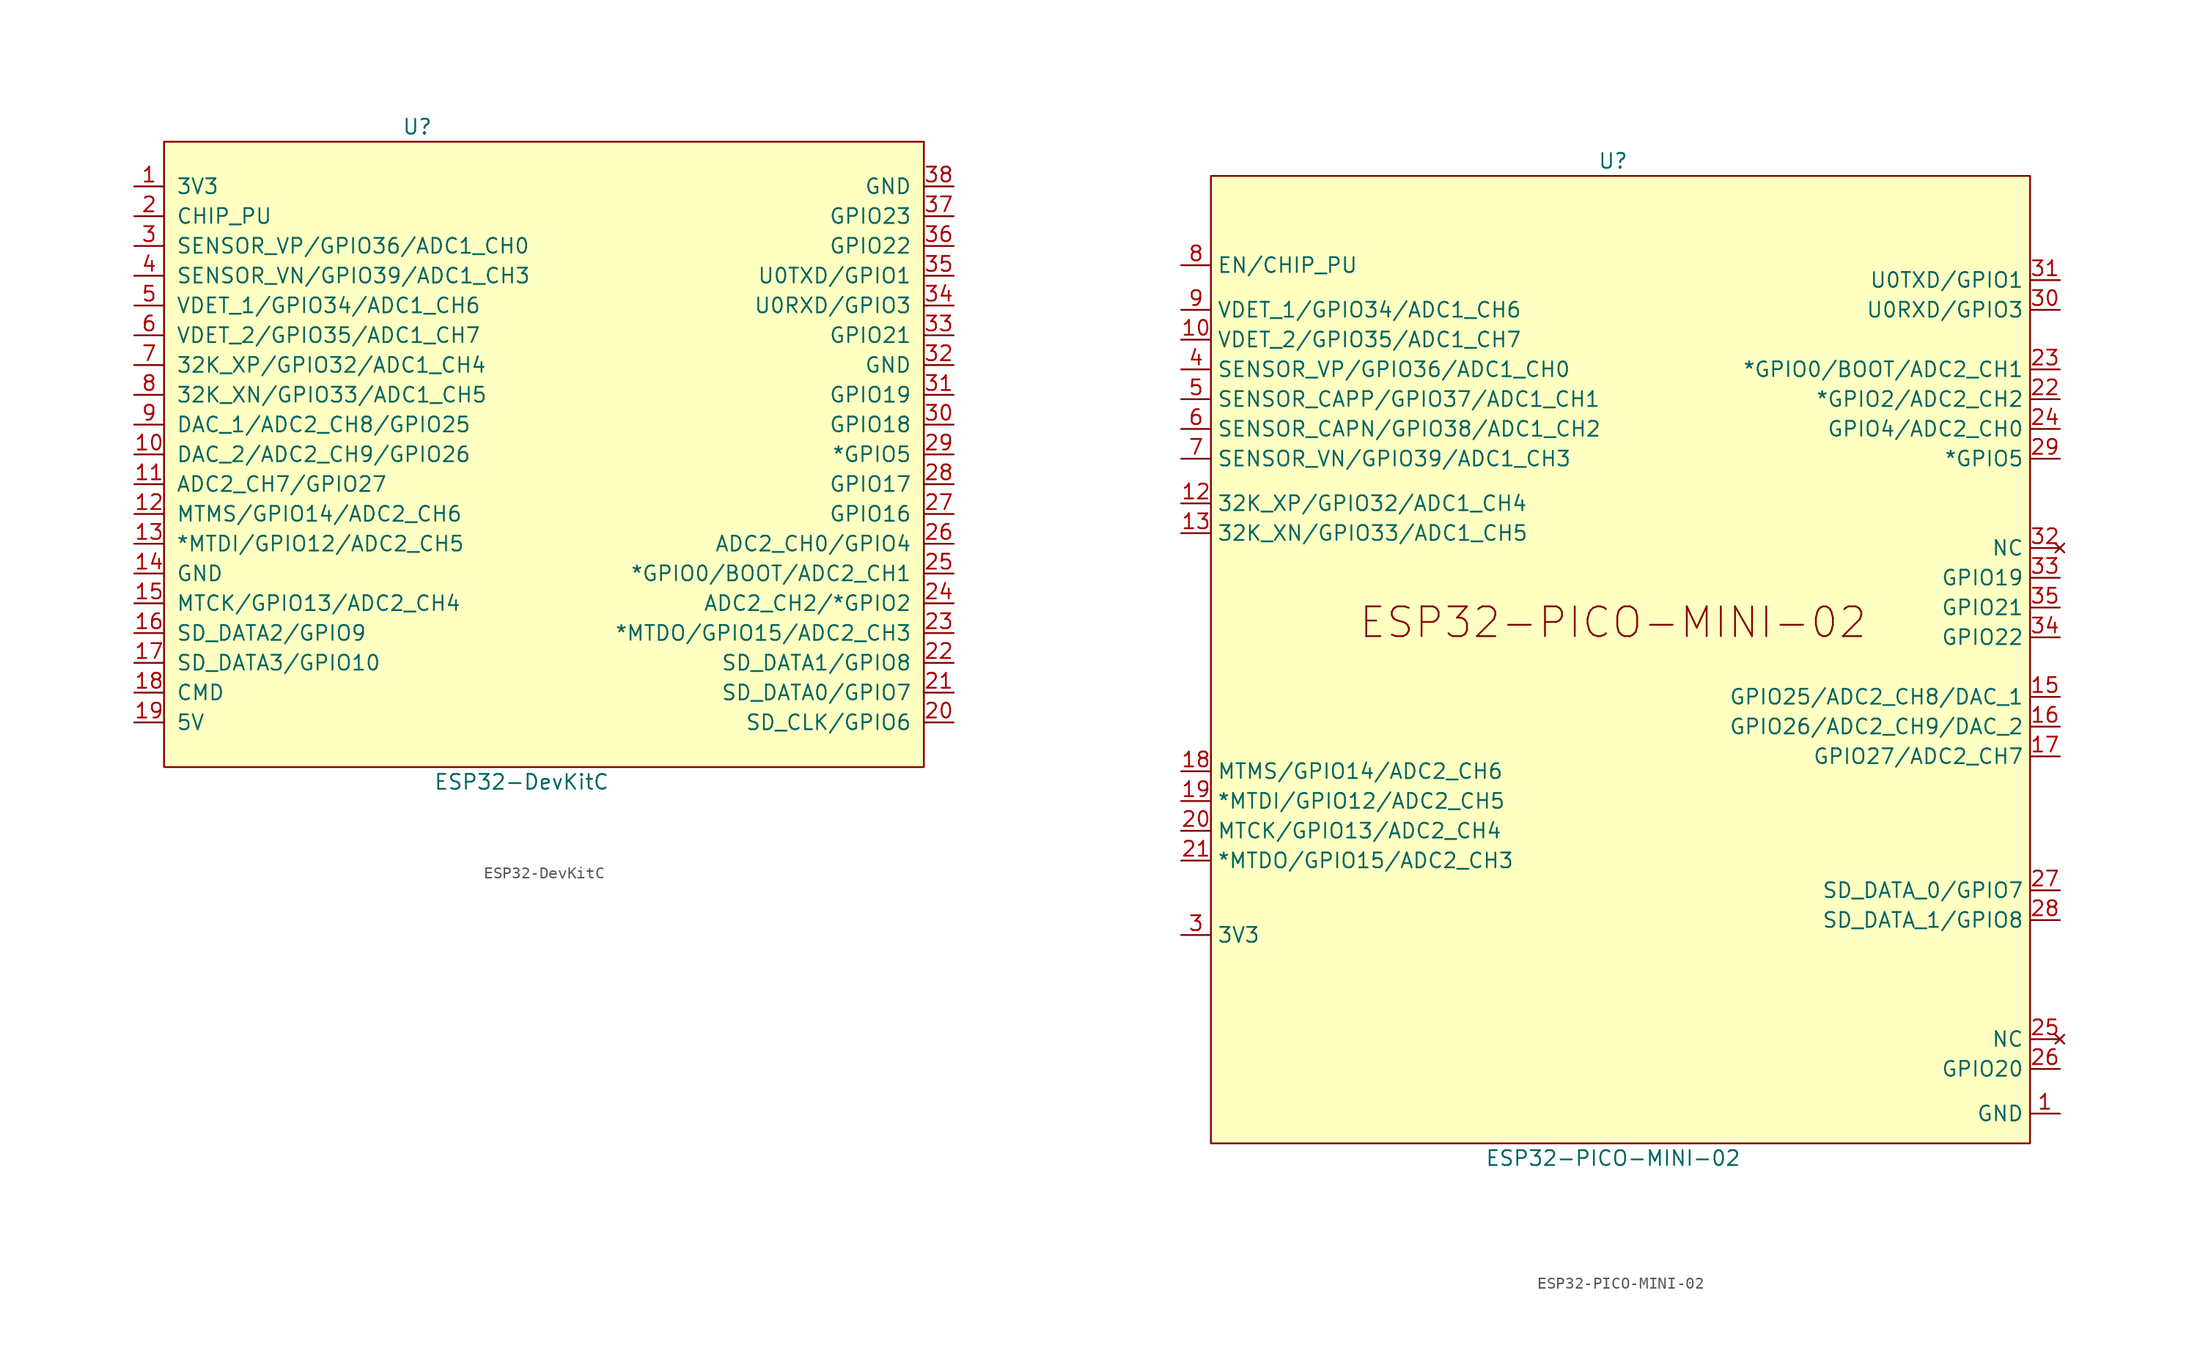
<source format=kicad_sym>
(kicad_symbol_lib
  (version 20211014)
  (generator kicad_symbol_editor)
  (symbol "ESP32-DevKitC"
    (pin_names
      (offset 1.016))
    (property "Reference" "U"
      (at -8.89 26.67 0)
      (effects (font (size 1.27 1.27))))
    (property "Value" "ESP32-DevKitC"
      (at 0 -29.21 0)
      (effects (font (size 1.27 1.27))))
    (symbol "ESP32-DevKitC_0_0"
      (pin power_in line (at -33.02 -11.43 0) (length 2.54) (name "GND" (effects (font (size 1.27 1.27)))) (number "14" (effects (font (size 1.27 1.27)))))
      (pin power_in line (at -33.02 -24.13 0) (length 2.54) (name "5V" (effects (font (size 1.27 1.27)))) (number "19" (effects (font (size 1.27 1.27))))))
    (symbol "ESP32-DevKitC_0_1"
      (rectangle (start -30.48 25.4) (end 34.29 -27.94) (stroke (width 0) (type default) (color 0 0 0 0)) (fill (type background))))
    (symbol "ESP32-DevKitC_1_1"
      (pin power_in line (at -33.02 21.59 0) (length 2.54) (name "3V3" (effects (font (size 1.27 1.27)))) (number "1" (effects (font (size 1.27 1.27)))))
      (pin bidirectional line (at -33.02 -1.27 0) (length 2.54) (name "DAC_2/ADC2_CH9/GPIO26" (effects (font (size 1.27 1.27)))) (number "10" (effects (font (size 1.27 1.27)))))
      (pin bidirectional line (at -33.02 -3.81 0) (length 2.54) (name "ADC2_CH7/GPIO27" (effects (font (size 1.27 1.27)))) (number "11" (effects (font (size 1.27 1.27)))))
      (pin bidirectional line (at -33.02 -6.35 0) (length 2.54) (name "MTMS/GPIO14/ADC2_CH6" (effects (font (size 1.27 1.27)))) (number "12" (effects (font (size 1.27 1.27)))))
      (pin bidirectional line (at -33.02 -8.89 0) (length 2.54) (name "*MTDI/GPIO12/ADC2_CH5" (effects (font (size 1.27 1.27)))) (number "13" (effects (font (size 1.27 1.27)))))
      (pin bidirectional line (at -33.02 -13.97 0) (length 2.54) (name "MTCK/GPIO13/ADC2_CH4" (effects (font (size 1.27 1.27)))) (number "15" (effects (font (size 1.27 1.27)))))
      (pin bidirectional line (at -33.02 -16.51 0) (length 2.54) (name "SD_DATA2/GPIO9" (effects (font (size 1.27 1.27)))) (number "16" (effects (font (size 1.27 1.27)))))
      (pin bidirectional line (at -33.02 -19.05 0) (length 2.54) (name "SD_DATA3/GPIO10" (effects (font (size 1.27 1.27)))) (number "17" (effects (font (size 1.27 1.27)))))
      (pin bidirectional line (at -33.02 -21.59 0) (length 2.54) (name "CMD" (effects (font (size 1.27 1.27)))) (number "18" (effects (font (size 1.27 1.27)))))
      (pin input line (at -33.02 19.05 0) (length 2.54) (name "CHIP_PU" (effects (font (size 1.27 1.27)))) (number "2" (effects (font (size 1.27 1.27)))))
      (pin bidirectional line (at 36.83 -24.13 180) (length 2.54) (name "SD_CLK/GPIO6" (effects (font (size 1.27 1.27)))) (number "20" (effects (font (size 1.27 1.27)))))
      (pin bidirectional line (at 36.83 -21.59 180) (length 2.54) (name "SD_DATA0/GPIO7" (effects (font (size 1.27 1.27)))) (number "21" (effects (font (size 1.27 1.27)))))
      (pin bidirectional line (at 36.83 -19.05 180) (length 2.54) (name "SD_DATA1/GPIO8" (effects (font (size 1.27 1.27)))) (number "22" (effects (font (size 1.27 1.27)))))
      (pin bidirectional line (at 36.83 -16.51 180) (length 2.54) (name "*MTDO/GPIO15/ADC2_CH3" (effects (font (size 1.27 1.27)))) (number "23" (effects (font (size 1.27 1.27)))))
      (pin bidirectional line (at 36.83 -13.97 180) (length 2.54) (name "ADC2_CH2/*GPIO2" (effects (font (size 1.27 1.27)))) (number "24" (effects (font (size 1.27 1.27)))))
      (pin bidirectional line (at 36.83 -11.43 180) (length 2.54) (name "*GPIO0/BOOT/ADC2_CH1" (effects (font (size 1.27 1.27)))) (number "25" (effects (font (size 1.27 1.27)))))
      (pin bidirectional line (at 36.83 -8.89 180) (length 2.54) (name "ADC2_CH0/GPIO4" (effects (font (size 1.27 1.27)))) (number "26" (effects (font (size 1.27 1.27)))))
      (pin bidirectional line (at 36.83 -6.35 180) (length 2.54) (name "GPIO16" (effects (font (size 1.27 1.27)))) (number "27" (effects (font (size 1.27 1.27)))))
      (pin bidirectional line (at 36.83 -3.81 180) (length 2.54) (name "GPIO17" (effects (font (size 1.27 1.27)))) (number "28" (effects (font (size 1.27 1.27)))))
      (pin bidirectional line (at 36.83 -1.27 180) (length 2.54) (name "*GPIO5" (effects (font (size 1.27 1.27)))) (number "29" (effects (font (size 1.27 1.27)))))
      (pin input line (at -33.02 16.51 0) (length 2.54) (name "SENSOR_VP/GPIO36/ADC1_CH0" (effects (font (size 1.27 1.27)))) (number "3" (effects (font (size 1.27 1.27)))))
      (pin bidirectional line (at 36.83 1.27 180) (length 2.54) (name "GPIO18" (effects (font (size 1.27 1.27)))) (number "30" (effects (font (size 1.27 1.27)))))
      (pin bidirectional line (at 36.83 3.81 180) (length 2.54) (name "GPIO19" (effects (font (size 1.27 1.27)))) (number "31" (effects (font (size 1.27 1.27)))))
      (pin power_in line (at 36.83 6.35 180) (length 2.54) (name "GND" (effects (font (size 1.27 1.27)))) (number "32" (effects (font (size 1.27 1.27)))))
      (pin bidirectional line (at 36.83 8.89 180) (length 2.54) (name "GPIO21" (effects (font (size 1.27 1.27)))) (number "33" (effects (font (size 1.27 1.27)))))
      (pin bidirectional line (at 36.83 11.43 180) (length 2.54) (name "U0RXD/GPIO3" (effects (font (size 1.27 1.27)))) (number "34" (effects (font (size 1.27 1.27)))))
      (pin bidirectional line (at 36.83 13.97 180) (length 2.54) (name "U0TXD/GPIO1" (effects (font (size 1.27 1.27)))) (number "35" (effects (font (size 1.27 1.27)))))
      (pin bidirectional line (at 36.83 16.51 180) (length 2.54) (name "GPIO22" (effects (font (size 1.27 1.27)))) (number "36" (effects (font (size 1.27 1.27)))))
      (pin bidirectional line (at 36.83 19.05 180) (length 2.54) (name "GPIO23" (effects (font (size 1.27 1.27)))) (number "37" (effects (font (size 1.27 1.27)))))
      (pin power_in line (at 36.83 21.59 180) (length 2.54) (name "GND" (effects (font (size 1.27 1.27)))) (number "38" (effects (font (size 1.27 1.27)))))
      (pin input line (at -33.02 13.97 0) (length 2.54) (name "SENSOR_VN/GPIO39/ADC1_CH3" (effects (font (size 1.27 1.27)))) (number "4" (effects (font (size 1.27 1.27)))))
      (pin input line (at -33.02 11.43 0) (length 2.54) (name "VDET_1/GPIO34/ADC1_CH6" (effects (font (size 1.27 1.27)))) (number "5" (effects (font (size 1.27 1.27)))))
      (pin input line (at -33.02 8.89 0) (length 2.54) (name "VDET_2/GPIO35/ADC1_CH7" (effects (font (size 1.27 1.27)))) (number "6" (effects (font (size 1.27 1.27)))))
      (pin bidirectional line (at -33.02 6.35 0) (length 2.54) (name "32K_XP/GPIO32/ADC1_CH4" (effects (font (size 1.27 1.27)))) (number "7" (effects (font (size 1.27 1.27)))))
      (pin bidirectional line (at -33.02 3.81 0) (length 2.54) (name "32K_XN/GPIO33/ADC1_CH5" (effects (font (size 1.27 1.27)))) (number "8" (effects (font (size 1.27 1.27)))))
      (pin bidirectional line (at -33.02 1.27 0) (length 2.54) (name "DAC_1/ADC2_CH8/GPIO25" (effects (font (size 1.27 1.27)))) (number "9" (effects (font (size 1.27 1.27)))))))
  (symbol "ESP32-PICO-MINI-02"
    (property "Reference" "U"
      (at 0 43.18 0)
      (effects (font (size 1.27 1.27))))
    (property "Value" "ESP32-PICO-MINI-02"
      (at 0 -41.91 0)
      (effects (font (size 1.27 1.27))))
    (symbol "ESP32-PICO-MINI-02_0_0"
      (text "ESP32-PICO-MINI-02" (at 0 3.81 0) (effects (font (size 2.54 2.54)))))
    (symbol "ESP32-PICO-MINI-02_0_1"
      (rectangle (start -34.29 41.91) (end 35.56 -40.64) (stroke (width 0) (type default) (color 0 0 0 0)) (fill (type background))))
    (symbol "ESP32-PICO-MINI-02_1_1"
      (pin power_in line (at 38.1 -38.1 180) (length 2.54) (name "GND" (effects (font (size 1.27 1.27)))) (number "1" (effects (font (size 1.27 1.27)))))
      (pin input line (at -36.83 27.94 0) (length 2.54) (name "VDET_2/GPIO35/ADC1_CH7" (effects (font (size 1.27 1.27)))) (number "10" (effects (font (size 1.27 1.27)))))
      (pin power_in line (at 38.1 -38.1 180) (length 2.54) hide (name "GND" (effects (font (size 1.27 1.27)))) (number "11" (effects (font (size 1.27 1.27)))))
      (pin bidirectional line (at -36.83 13.97 0) (length 2.54) (name "32K_XP/GPIO32/ADC1_CH4" (effects (font (size 1.27 1.27)))) (number "12" (effects (font (size 1.27 1.27)))))
      (pin bidirectional line (at -36.83 11.43 0) (length 2.54) (name "32K_XN/GPIO33/ADC1_CH5" (effects (font (size 1.27 1.27)))) (number "13" (effects (font (size 1.27 1.27)))))
      (pin power_in line (at 38.1 -38.1 180) (length 2.54) hide (name "GND" (effects (font (size 1.27 1.27)))) (number "14" (effects (font (size 1.27 1.27)))))
      (pin bidirectional line (at 38.1 -2.54 180) (length 2.54) (name "GPIO25/ADC2_CH8/DAC_1" (effects (font (size 1.27 1.27)))) (number "15" (effects (font (size 1.27 1.27)))))
      (pin bidirectional line (at 38.1 -5.08 180) (length 2.54) (name "GPIO26/ADC2_CH9/DAC_2" (effects (font (size 1.27 1.27)))) (number "16" (effects (font (size 1.27 1.27)))))
      (pin bidirectional line (at 38.1 -7.62 180) (length 2.54) (name "GPIO27/ADC2_CH7" (effects (font (size 1.27 1.27)))) (number "17" (effects (font (size 1.27 1.27)))))
      (pin bidirectional line (at -36.83 -8.89 0) (length 2.54) (name "MTMS/GPIO14/ADC2_CH6" (effects (font (size 1.27 1.27)))) (number "18" (effects (font (size 1.27 1.27)))))
      (pin bidirectional line (at -36.83 -11.43 0) (length 2.54) (name "*MTDI/GPIO12/ADC2_CH5" (effects (font (size 1.27 1.27)))) (number "19" (effects (font (size 1.27 1.27)))))
      (pin power_in line (at 38.1 -38.1 180) (length 2.54) hide (name "GND" (effects (font (size 1.27 1.27)))) (number "2" (effects (font (size 1.27 1.27)))))
      (pin bidirectional line (at -36.83 -13.97 0) (length 2.54) (name "MTCK/GPIO13/ADC2_CH4" (effects (font (size 1.27 1.27)))) (number "20" (effects (font (size 1.27 1.27)))))
      (pin bidirectional line (at -36.83 -16.51 0) (length 2.54) (name "*MTDO/GPIO15/ADC2_CH3" (effects (font (size 1.27 1.27)))) (number "21" (effects (font (size 1.27 1.27)))))
      (pin bidirectional line (at 38.1 22.86 180) (length 2.54) (name "*GPIO2/ADC2_CH2" (effects (font (size 1.27 1.27)))) (number "22" (effects (font (size 1.27 1.27)))))
      (pin bidirectional line (at 38.1 25.4 180) (length 2.54) (name "*GPIO0/BOOT/ADC2_CH1" (effects (font (size 1.27 1.27)))) (number "23" (effects (font (size 1.27 1.27)))))
      (pin bidirectional line (at 38.1 20.32 180) (length 2.54) (name "GPIO4/ADC2_CH0" (effects (font (size 1.27 1.27)))) (number "24" (effects (font (size 1.27 1.27)))))
      (pin no_connect line (at 38.1 -31.75 180) (length 2.54) (name "NC" (effects (font (size 1.27 1.27)))) (number "25" (effects (font (size 1.27 1.27)))))
      (pin bidirectional line (at 38.1 -34.29 180) (length 2.54) (name "GPIO20" (effects (font (size 1.27 1.27)))) (number "26" (effects (font (size 1.27 1.27)))))
      (pin bidirectional line (at 38.1 -19.05 180) (length 2.54) (name "SD_DATA_0/GPIO7" (effects (font (size 1.27 1.27)))) (number "27" (effects (font (size 1.27 1.27)))))
      (pin bidirectional line (at 38.1 -21.59 180) (length 2.54) (name "SD_DATA_1/GPIO8" (effects (font (size 1.27 1.27)))) (number "28" (effects (font (size 1.27 1.27)))))
      (pin bidirectional line (at 38.1 17.78 180) (length 2.54) (name "*GPIO5" (effects (font (size 1.27 1.27)))) (number "29" (effects (font (size 1.27 1.27)))))
      (pin power_in line (at -36.83 -22.86 0) (length 2.54) (name "3V3" (effects (font (size 1.27 1.27)))) (number "3" (effects (font (size 1.27 1.27)))))
      (pin bidirectional line (at 38.1 30.48 180) (length 2.54) (name "U0RXD/GPIO3" (effects (font (size 1.27 1.27)))) (number "30" (effects (font (size 1.27 1.27)))))
      (pin bidirectional line (at 38.1 33.02 180) (length 2.54) (name "U0TXD/GPIO1" (effects (font (size 1.27 1.27)))) (number "31" (effects (font (size 1.27 1.27)))))
      (pin no_connect line (at 38.1 10.16 180) (length 2.54) (name "NC" (effects (font (size 1.27 1.27)))) (number "32" (effects (font (size 1.27 1.27)))))
      (pin bidirectional line (at 38.1 7.62 180) (length 2.54) (name "GPIO19" (effects (font (size 1.27 1.27)))) (number "33" (effects (font (size 1.27 1.27)))))
      (pin bidirectional line (at 38.1 2.54 180) (length 2.54) (name "GPIO22" (effects (font (size 1.27 1.27)))) (number "34" (effects (font (size 1.27 1.27)))))
      (pin bidirectional line (at 38.1 5.08 180) (length 2.54) (name "GPIO21" (effects (font (size 1.27 1.27)))) (number "35" (effects (font (size 1.27 1.27)))))
      (pin power_in line (at 38.1 -38.1 180) (length 2.54) hide (name "GND" (effects (font (size 1.27 1.27)))) (number "36" (effects (font (size 1.27 1.27)))))
      (pin input line (at -36.83 25.4 0) (length 2.54) (name "SENSOR_VP/GPIO36/ADC1_CH0" (effects (font (size 1.27 1.27)))) (number "4" (effects (font (size 1.27 1.27)))))
      (pin input line (at -36.83 22.86 0) (length 2.54) (name "SENSOR_CAPP/GPIO37/ADC1_CH1" (effects (font (size 1.27 1.27)))) (number "5" (effects (font (size 1.27 1.27)))))
      (pin input line (at -36.83 20.32 0) (length 2.54) (name "SENSOR_CAPN/GPIO38/ADC1_CH2" (effects (font (size 1.27 1.27)))) (number "6" (effects (font (size 1.27 1.27)))))
      (pin input line (at -36.83 17.78 0) (length 2.54) (name "SENSOR_VN/GPIO39/ADC1_CH3" (effects (font (size 1.27 1.27)))) (number "7" (effects (font (size 1.27 1.27)))))
      (pin input line (at -36.83 34.29 0) (length 2.54) (name "EN/CHIP_PU" (effects (font (size 1.27 1.27)))) (number "8" (effects (font (size 1.27 1.27)))))
      (pin input line (at -36.83 30.48 0) (length 2.54) (name "VDET_1/GPIO34/ADC1_CH6" (effects (font (size 1.27 1.27)))) (number "9" (effects (font (size 1.27 1.27))))))))
</source>
